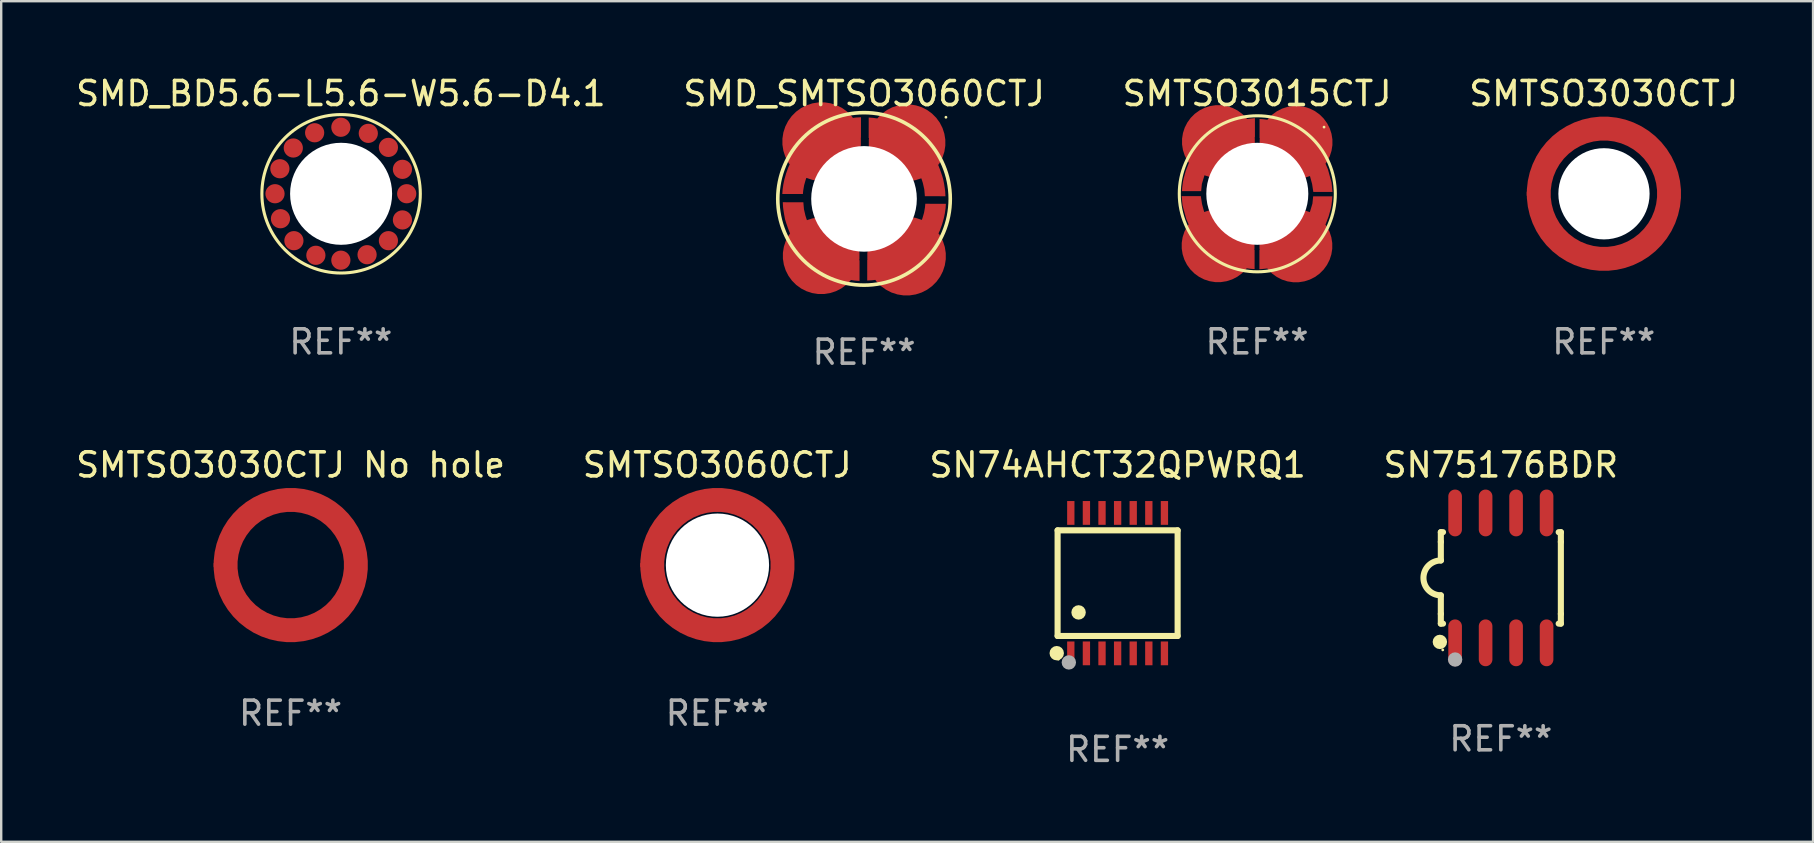
<source format=kicad_pcb>
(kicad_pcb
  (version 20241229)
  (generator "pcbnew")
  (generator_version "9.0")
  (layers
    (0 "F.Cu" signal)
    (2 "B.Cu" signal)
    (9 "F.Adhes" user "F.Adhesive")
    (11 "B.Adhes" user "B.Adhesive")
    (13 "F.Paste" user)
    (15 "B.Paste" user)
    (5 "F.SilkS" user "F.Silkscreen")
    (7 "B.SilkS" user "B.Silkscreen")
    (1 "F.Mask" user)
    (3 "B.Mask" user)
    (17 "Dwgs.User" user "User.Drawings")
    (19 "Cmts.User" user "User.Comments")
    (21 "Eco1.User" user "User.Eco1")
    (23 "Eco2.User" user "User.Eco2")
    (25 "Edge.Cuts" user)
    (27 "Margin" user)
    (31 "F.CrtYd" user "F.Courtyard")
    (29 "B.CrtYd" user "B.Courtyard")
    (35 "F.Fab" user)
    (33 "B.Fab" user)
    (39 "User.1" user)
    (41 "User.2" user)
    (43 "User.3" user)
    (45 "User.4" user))
  (footprint "SMTSO3030CTJ No hole"
    (layer "F.Cu")
    (at 9.054 20.489)
    (property "Reference" "SMTSO3030CTJ No hole" (at 0 -4.172 0) (layer "F.SilkS") (effects (font (size 1 1) (thickness 0.15))))
    (attr through_hole)
    (fp_text user "REF**" (at 0 6.172 0) (layer "F.Fab") (effects (font (size 1 1) (thickness 0.15))))
    (pad "1" smd custom (at -2.718 0) (size 1 1) (layers "F.Cu" "F.Mask" "F.Paste") (options (anchor circle)) (primitives (gr_circle (center 2.725 0) (end 5.439 0) (width 1) (fill no)))))
  (footprint "SMD_BD5.6-L5.6-W5.6-D4.1"
    (layer "F.Cu")
    (at 11.149 5.02)
    (property "Reference" "SMD_BD5.6-L5.6-W5.6-D4.1" (at 0 -4.172 0) (layer "F.SilkS") (effects (font (size 1 1) (thickness 0.15))))
    (attr through_hole)
    (fp_circle (center 0.01 0.003) (end 3.31 0.003) (stroke (width 0.128) (type solid)) (fill no) (layer "F.SilkS"))
    (fp_text user "REF**" (at 0 6.172 0) (layer "F.Fab") (effects (font (size 1 1) (thickness 0.15))))
    (pad "" np_thru_hole circle (at 0.01 0.003) (size 4.25 4.25) (drill 4.25) (layers "*.Cu" "*.Mask"))
    (pad "1" smd circle (at -2.743 0) (size 0.8 0.8) (layers "F.Cu" "F.Mask" "F.Paste"))
    (pad "1" smd circle (at -2.54 -1.041) (size 0.8 0.8) (layers "F.Cu" "F.Mask" "F.Paste"))
    (pad "1" smd circle (at -2.515 1.041) (size 0.8 0.8) (layers "F.Cu" "F.Mask" "F.Paste"))
    (pad "1" smd circle (at -1.981 -1.905) (size 0.8 0.8) (layers "F.Cu" "F.Mask" "F.Paste"))
    (pad "1" smd circle (at -1.956 1.956) (size 0.8 0.8) (layers "F.Cu" "F.Mask" "F.Paste"))
    (pad "1" smd circle (at -1.092 -2.54) (size 0.8 0.8) (layers "F.Cu" "F.Mask" "F.Paste"))
    (pad "1" smd circle (at -1.041 2.565) (size 0.8 0.8) (layers "F.Cu" "F.Mask" "F.Paste"))
    (pad "1" smd circle (at 0 -2.769) (size 0.8 0.8) (layers "F.Cu" "F.Mask" "F.Paste"))
    (pad "1" smd circle (at 0 2.769) (size 0.8 0.8) (layers "F.Cu" "F.Mask" "F.Paste"))
    (pad "1" smd circle (at 1.092 2.54) (size 0.8 0.8) (layers "F.Cu" "F.Mask" "F.Paste"))
    (pad "1" smd circle (at 1.143 -2.515) (size 0.8 0.8) (layers "F.Cu" "F.Mask" "F.Paste"))
    (pad "1" smd circle (at 1.981 -1.93) (size 0.8 0.8) (layers "F.Cu" "F.Mask" "F.Paste"))
    (pad "1" smd circle (at 1.981 1.956) (size 0.8 0.8) (layers "F.Cu" "F.Mask" "F.Paste"))
    (pad "1" smd circle (at 2.565 -1.016) (size 0.8 0.8) (layers "F.Cu" "F.Mask" "F.Paste"))
    (pad "1" smd circle (at 2.565 1.092) (size 0.8 0.8) (layers "F.Cu" "F.Mask" "F.Paste"))
    (pad "1" smd circle (at 2.743 0) (size 0.8 0.8) (layers "F.Cu" "F.Mask" "F.Paste")))
  (footprint "SN74AHCT32QPWRQ1"
    (layer "F.Cu")
    (at 43.506 21.242)
    (property "Reference" "SN74AHCT32QPWRQ1" (at 0 -4.925 0) (layer "F.SilkS") (effects (font (size 1 1) (thickness 0.15))))
    (attr through_hole)
    (fp_line (start -2.5 2.2) (end -2.5 -2.2) (stroke (width 0.254) (type solid)) (layer "F.SilkS"))
    (fp_line (start -2.5 2.2) (end 2.5 2.2) (stroke (width 0.254) (type solid)) (layer "F.SilkS"))
    (fp_line (start 2.5 -2.2) (end -2.5 -2.2) (stroke (width 0.254) (type solid)) (layer "F.SilkS"))
    (fp_line (start 2.5 -2.2) (end 2.5 2.2) (stroke (width 0.254) (type solid)) (layer "F.SilkS"))
    (fp_circle (center -2.536 2.917) (end -2.386 2.917) (stroke (width 0.3) (type solid)) (fill no) (layer "F.SilkS"))
    (fp_circle (center -2.47 3.17) (end -2.44 3.17) (stroke (width 0.06) (type solid)) (fill no) (layer "F.SilkS"))
    (fp_circle (center -1.626 1.219) (end -1.475 1.219) (stroke (width 0.3) (type solid)) (fill no) (layer "F.SilkS"))
    (fp_circle (center -2.032 3.302) (end -1.882 3.302) (stroke (width 0.3) (type solid)) (fill no) (layer "F.Fab"))
    (fp_text user "REF**" (at 0 6.925 0) (layer "F.Fab") (effects (font (size 1 1) (thickness 0.15))))
    (pad "1" smd rect (at -1.95 2.925) (size 0.305 0.991) (layers "F.Cu" "F.Mask" "F.Paste"))
    (pad "2" smd rect (at -1.3 2.925) (size 0.305 0.991) (layers "F.Cu" "F.Mask" "F.Paste"))
    (pad "3" smd rect (at -0.65 2.925) (size 0.305 0.991) (layers "F.Cu" "F.Mask" "F.Paste"))
    (pad "4" smd rect (at 0 2.925) (size 0.305 0.991) (layers "F.Cu" "F.Mask" "F.Paste"))
    (pad "5" smd rect (at 0.65 2.925) (size 0.305 0.991) (layers "F.Cu" "F.Mask" "F.Paste"))
    (pad "6" smd rect (at 1.3 2.925) (size 0.305 0.991) (layers "F.Cu" "F.Mask" "F.Paste"))
    (pad "7" smd rect (at 1.95 2.925) (size 0.305 0.991) (layers "F.Cu" "F.Mask" "F.Paste"))
    (pad "8" smd rect (at 1.95 -2.925) (size 0.305 0.991) (layers "F.Cu" "F.Mask" "F.Paste"))
    (pad "9" smd rect (at 1.3 -2.925) (size 0.305 0.991) (layers "F.Cu" "F.Mask" "F.Paste"))
    (pad "10" smd rect (at 0.65 -2.925) (size 0.305 0.991) (layers "F.Cu" "F.Mask" "F.Paste"))
    (pad "11" smd rect (at 0 -2.925) (size 0.305 0.991) (layers "F.Cu" "F.Mask" "F.Paste"))
    (pad "12" smd rect (at -0.65 -2.925) (size 0.305 0.991) (layers "F.Cu" "F.Mask" "F.Paste"))
    (pad "13" smd rect (at -1.3 -2.925) (size 0.305 0.991) (layers "F.Cu" "F.Mask" "F.Paste"))
    (pad "14" smd rect (at -1.95 -2.925) (size 0.305 0.991) (layers "F.Cu" "F.Mask" "F.Paste")))
  (footprint "SN75176BDR"
    (layer "F.Cu")
    (at 59.47 21.023)
    (property "Reference" "SN75176BDR" (at 0 -4.705 0) (layer "F.SilkS") (effects (font (size 1 1) (thickness 0.15))))
    (attr through_hole)
    (fp_line (start -2.5 -1.905) (end -2.409 -1.905) (stroke (width 0.254) (type solid)) (layer "F.SilkS"))
    (fp_line (start -2.5 -1.5) (end -2.5 -1.905) (stroke (width 0.254) (type solid)) (layer "F.SilkS"))
    (fp_line (start -2.5 -1.5) (end -2.5 -0.726) (stroke (width 0.254) (type solid)) (layer "F.SilkS"))
    (fp_line (start -2.5 1.5) (end -2.5 0.727) (stroke (width 0.254) (type solid)) (layer "F.SilkS"))
    (fp_line (start -2.5 1.5) (end -2.5 1.905) (stroke (width 0.254) (type solid)) (layer "F.SilkS"))
    (fp_line (start -2.5 1.905) (end -2.409 1.905) (stroke (width 0.254) (type solid)) (layer "F.SilkS"))
    (fp_line (start 2.5 -1.905) (end 2.409 -1.905) (stroke (width 0.254) (type solid)) (layer "F.SilkS"))
    (fp_line (start 2.5 -1.5) (end 2.5 -1.905) (stroke (width 0.254) (type solid)) (layer "F.SilkS"))
    (fp_line (start 2.5 -1.5) (end 2.5 1.5) (stroke (width 0.254) (type solid)) (layer "F.SilkS"))
    (fp_line (start 2.5 1.5) (end 2.5 1.905) (stroke (width 0.254) (type solid)) (layer "F.SilkS"))
    (fp_line (start 2.5 1.905) (end 2.409 1.905) (stroke (width 0.254) (type solid)) (layer "F.SilkS"))
    (fp_arc (start -2.5 0.726568) (mid -3.220316 -0.0023) (end -2.495097 -0.726289) (stroke (width 0.254001) (type solid)) (layer "F.SilkS"))
    (fp_circle (center -2.54 2.667) (end -2.39 2.667) (stroke (width 0.3) (type solid)) (fill no) (layer "F.SilkS"))
    (fp_circle (center -2.42 3) (end -2.39 3) (stroke (width 0.06) (type solid)) (fill no) (layer "F.SilkS"))
    (fp_circle (center -1.905 3.4) (end -1.755 3.4) (stroke (width 0.3) (type solid)) (fill no) (layer "F.Fab"))
    (fp_text user "REF**" (at 0 6.705 0) (layer "F.Fab") (effects (font (size 1 1) (thickness 0.15))))
    (pad "1" smd oval (at -1.905 2.705) (size 0.568 1.95) (layers "F.Cu" "F.Mask" "F.Paste"))
    (pad "2" smd oval (at -0.635 2.705) (size 0.568 1.95) (layers "F.Cu" "F.Mask" "F.Paste"))
    (pad "3" smd oval (at 0.635 2.705) (size 0.568 1.95) (layers "F.Cu" "F.Mask" "F.Paste"))
    (pad "4" smd oval (at 1.905 2.705) (size 0.568 1.95) (layers "F.Cu" "F.Mask" "F.Paste"))
    (pad "5" smd oval (at 1.905 -2.705) (size 0.568 1.95) (layers "F.Cu" "F.Mask" "F.Paste"))
    (pad "6" smd oval (at 0.635 -2.705) (size 0.568 1.95) (layers "F.Cu" "F.Mask" "F.Paste"))
    (pad "7" smd oval (at -0.635 -2.705) (size 0.568 1.95) (layers "F.Cu" "F.Mask" "F.Paste"))
    (pad "8" smd oval (at -1.905 -2.705) (size 0.568 1.95) (layers "F.Cu" "F.Mask" "F.Paste")))
  (footprint "SMTSO3030CTJ"
    (layer "F.Cu")
    (at 63.756 5.02)
    (property "Reference" "SMTSO3030CTJ" (at 0 -4.172 0) (layer "F.SilkS") (effects (font (size 1 1) (thickness 0.15))))
    (attr through_hole)
    (fp_text user "REF**" (at 0 6.172 0) (layer "F.Fab") (effects (font (size 1 1) (thickness 0.15))))
    (pad "" np_thru_hole circle (at 0.01 0.003) (size 3.8 3.8) (drill 3.8) (layers "*.Cu" "*.Mask"))
    (pad "1" smd custom (at -2.718 0) (size 1 1) (layers "F.Cu" "F.Mask" "F.Paste") (options (anchor circle)) (primitives (gr_circle (center 2.725 0) (end 5.439 0) (width 1) (fill no)))))
  (footprint "SMTSO3015CTJ"
    (layer "F.Cu")
    (at 49.315 5.02)
    (property "Reference" "SMTSO3015CTJ" (at 0 -4.172 0) (layer "F.SilkS") (effects (font (size 1 1) (thickness 0.15))))
    (attr through_hole)
    (fp_circle (center 0.01 0.003) (end 3.26 0.003) (stroke (width 0.128) (type solid)) (fill no) (layer "F.SilkS"))
    (fp_circle (center 2.79 -2.776) (end 2.82 -2.776) (stroke (width 0.06) (type solid)) (fill no) (layer "F.SilkS"))
    (fp_text user "REF**" (at 0 6.172 0) (layer "F.Fab") (effects (font (size 1 1) (thickness 0.15))))
    (pad "" np_thru_hole circle (at 0.01 0.003) (size 4.25 4.25) (drill 4.25) (layers "*.Cu" "*.Mask"))
    (pad "1" smd custom (at 1.623 -2.141) (size 3.04 3.04) (layers "F.Cu" "F.Mask" "F.Paste") (options (anchor circle)) (primitives (gr_poly (pts (xy -1.52 -0.973) (xy -1.37 -0.963) (xy -1.14 -0.933) (xy -0.99 -0.903) (xy -0.67 -0.813) (xy -0.26 -0.653) (xy 0.13 -0.433) (xy 0.47 -0.153) (xy 0.83 0.207) (xy 1.1 0.627) (xy 1.21 0.847) (xy 1.33 1.127) (xy 1.48 1.677) (xy 1.52 2.067) (xy 0.72 2.067) (xy 0.67 1.737) (xy 0.54 1.257) (xy 0.4 1.037) (xy 0.18 0.697) (xy -0.14 0.357) (xy -0.56 0.097) (xy -0.82 -0.023) (xy -1.22 -0.143) (xy -1.52 -0.173)) (width 0) (fill yes))))
    (pad "2" smd custom (at 1.617 2.172) (size 3.04 3.04) (layers "F.Cu" "F.Mask" "F.Paste") (options (anchor circle)) (primitives (gr_poly (pts (xy 1.52 -2.064) (xy 1.51 -1.914) (xy 1.48 -1.684) (xy 1.45 -1.534) (xy 1.36 -1.214) (xy 1.2 -0.804) (xy 0.98 -0.414) (xy 0.7 -0.074) (xy 0.34 0.286) (xy -0.08 0.556) (xy -0.3 0.666) (xy -0.58 0.786) (xy -1.13 0.936) (xy -1.52 0.976) (xy -1.52 0.176) (xy -1.19 0.126) (xy -0.71 -0.004) (xy -0.49 -0.144) (xy -0.15 -0.364) (xy 0.19 -0.684) (xy 0.45 -1.104) (xy 0.57 -1.364) (xy 0.69 -1.764) (xy 0.72 -2.064)) (width 0) (fill yes))))
    (pad "3" smd custom (at -1.623 2.166) (size 3.04 3.04) (layers "F.Cu" "F.Mask" "F.Paste") (options (anchor circle)) (primitives (gr_poly (pts (xy 1.52 0.973) (xy 1.37 0.963) (xy 1.14 0.933) (xy 0.99 0.903) (xy 0.67 0.813) (xy 0.26 0.653) (xy -0.13 0.433) (xy -0.47 0.153) (xy -0.83 -0.207) (xy -1.1 -0.627) (xy -1.21 -0.847) (xy -1.33 -1.127) (xy -1.48 -1.677) (xy -1.52 -2.067) (xy -0.72 -2.067) (xy -0.67 -1.737) (xy -0.54 -1.257) (xy -0.4 -1.037) (xy -0.18 -0.697) (xy 0.14 -0.357) (xy 0.56 -0.097) (xy 0.82 0.023) (xy 1.22 0.143) (xy 1.52 0.173)) (width 0) (fill yes))))
    (pad "4" smd custom (at -1.609 -2.172) (size 3.04 3.04) (layers "F.Cu" "F.Mask" "F.Paste") (options (anchor circle)) (primitives (gr_poly (pts (xy -1.52 2.064) (xy -1.51 1.914) (xy -1.48 1.684) (xy -1.45 1.534) (xy -1.36 1.214) (xy -1.2 0.804) (xy -0.98 0.414) (xy -0.7 0.074) (xy -0.34 -0.286) (xy 0.08 -0.556) (xy 0.3 -0.666) (xy 0.58 -0.786) (xy 1.13 -0.936) (xy 1.52 -0.976) (xy 1.52 -0.176) (xy 1.19 -0.126) (xy 0.71 0.004) (xy 0.49 0.144) (xy 0.15 0.364) (xy -0.19 0.684) (xy -0.45 1.104) (xy -0.57 1.364) (xy -0.69 1.764) (xy -0.72 2.064)) (width 0) (fill yes)))))
  (footprint "SMTSO3060CTJ"
    (layer "F.Cu")
    (at 26.827 20.489)
    (property "Reference" "SMTSO3060CTJ" (at 0 -4.172 0) (layer "F.SilkS") (effects (font (size 1 1) (thickness 0.15))))
    (attr through_hole)
    (fp_text user "REF**" (at 0 6.172 0) (layer "F.Fab") (effects (font (size 1 1) (thickness 0.15))))
    (pad "" np_thru_hole circle (at 0.01 0.003) (size 4.3 4.3) (drill 4.3) (layers "*.Cu" "*.Mask"))
    (pad "1" smd custom (at -2.718 0) (size 1 1) (layers "F.Cu" "F.Mask" "F.Paste") (options (anchor circle)) (primitives (gr_circle (center 2.725 0) (end 5.439 0) (width 1) (fill no)))))
  (footprint "SMD_SMTSO3060CTJ"
    (layer "F.Cu")
    (at 32.946 5.235)
    (property "Reference" "SMD_SMTSO3060CTJ" (at 0 -4.386 0) (layer "F.SilkS") (effects (font (size 1 1) (thickness 0.15))))
    (attr through_hole)
    (fp_circle (center -0.004 0.000254) (end 3.589 0.000254) (stroke (width 0.15) (type solid)) (fill no) (layer "F.SilkS"))
    (fp_circle (center 3.408 -3.401) (end 3.438 -3.401) (stroke (width 0.06) (type solid)) (fill no) (layer "F.SilkS"))
    (fp_circle (center -0.004 0.000254) (end 1.046 0.000254) (stroke (width 2.1) (type solid)) (fill no) (layer "F.Fab"))
    (fp_text user "REF**" (at 0 6.386 0) (layer "F.Fab") (effects (font (size 1 1) (thickness 0.15))))
    (pad "" np_thru_hole circle (at -0.004 0.000254) (size 4.4 4.4) (drill 4.4) (layers "*.Cu" "*.Mask"))
    (pad "1" smd custom (at 1.789 -2.34) (size 3.197 3.278) (layers "F.Cu" "F.Mask" "F.Paste") (options (anchor circle)) (primitives (gr_poly (pts (xy -1.599 -0.191) (xy -1.455 -0.178) (xy -1.233 -0.14) (xy -1.028 -0.082) (xy -0.896 -0.036) (xy -0.738 0.027) (xy -0.613 0.089) (xy -0.455 0.178) (xy -0.341 0.259) (xy -0.219 0.341) (xy -0.107 0.439) (xy -0.007 0.535) (xy 0.086 0.63) (xy 0.193 0.758) (xy 0.3 0.902) (xy 0.383 1.036) (xy 0.47 1.188) (xy 0.543 1.352) (xy 0.61 1.529) (xy 0.657 1.676) (xy 0.717 1.938) (xy 0.733 2.119) (xy 0.742 2.228) (xy 1.599 2.23) (xy 1.588 2.027) (xy 1.573 1.909) (xy 1.541 1.704) (xy 1.504 1.517) (xy 1.457 1.361) (xy 1.388 1.161) (xy 1.308 0.953) (xy 1.172 0.682) (xy 1.062 0.486) (xy 0.895 0.258) (xy 0.724 0.056) (xy 0.564 -0.102) (xy 0.399 -0.25) (xy 0.258 -0.365) (xy 0.086 -0.492) (xy -0.112 -0.61) (xy -0.312 -0.715) (xy -0.504 -0.805) (xy -0.735 -0.887) (xy -1.001 -0.963) (xy -1.192 -1.003) (xy -1.404 -1.034) (xy -1.598 -1.049)) (width 0) (fill yes))))
    (pad "2" smd custom (at 1.768 2.386) (size 3.278 3.197) (layers "F.Cu" "F.Mask" "F.Paste") (options (anchor circle)) (primitives (gr_poly (pts (xy 0.781 -2.183) (xy 0.768 -2.039) (xy 0.73 -1.817) (xy 0.672 -1.612) (xy 0.627 -1.48) (xy 0.563 -1.322) (xy 0.502 -1.197) (xy 0.413 -1.039) (xy 0.331 -0.925) (xy 0.249 -0.803) (xy 0.151 -0.691) (xy 0.055 -0.591) (xy -0.039 -0.498) (xy -0.168 -0.391) (xy -0.311 -0.284) (xy -0.446 -0.201) (xy -0.598 -0.114) (xy -0.761 -0.041) (xy -0.939 0.026) (xy -1.086 0.073) (xy -1.347 0.133) (xy -1.529 0.149) (xy -1.638 0.158) (xy -1.639 1.015) (xy -1.436 1.004) (xy -1.318 0.989) (xy -1.113 0.957) (xy -0.926 0.92) (xy -0.77 0.873) (xy -0.571 0.804) (xy -0.362 0.724) (xy -0.092 0.588) (xy 0.104 0.478) (xy 0.333 0.311) (xy 0.534 0.14) (xy 0.692 -0.019) (xy 0.841 -0.185) (xy 0.955 -0.326) (xy 1.082 -0.498) (xy 1.2 -0.696) (xy 1.305 -0.896) (xy 1.396 -1.088) (xy 1.478 -1.318) (xy 1.554 -1.585) (xy 1.594 -1.776) (xy 1.625 -1.988) (xy 1.639 -2.182)) (width 0) (fill yes))))
    (pad "3" smd custom (at -1.789 2.369) (size 3.197 3.278) (layers "F.Cu" "F.Mask" "F.Paste") (options (anchor circle)) (primitives (gr_poly (pts (xy 1.599 0.19) (xy 1.455 0.178) (xy 1.234 0.139) (xy 1.029 0.081) (xy 0.896 0.036) (xy 0.738 -0.027) (xy 0.613 -0.089) (xy 0.455 -0.178) (xy 0.341 -0.26) (xy 0.219 -0.341) (xy 0.107 -0.439) (xy 0.007 -0.535) (xy -0.085 -0.63) (xy -0.192 -0.759) (xy -0.299 -0.902) (xy -0.383 -1.036) (xy -0.47 -1.189) (xy -0.543 -1.352) (xy -0.61 -1.53) (xy -0.657 -1.677) (xy -0.717 -1.938) (xy -0.733 -2.119) (xy -0.742 -2.228) (xy -1.599 -2.23) (xy -1.588 -2.027) (xy -1.573 -1.909) (xy -1.54 -1.704) (xy -1.504 -1.517) (xy -1.457 -1.361) (xy -1.388 -1.161) (xy -1.308 -0.953) (xy -1.172 -0.682) (xy -1.061 -0.486) (xy -0.895 -0.258) (xy -0.724 -0.056) (xy -0.564 0.101) (xy -0.399 0.25) (xy -0.258 0.364) (xy -0.085 0.491) (xy 0.112 0.609) (xy 0.312 0.715) (xy 0.504 0.805) (xy 0.735 0.887) (xy 1.001 0.963) (xy 1.192 1.003) (xy 1.404 1.034) (xy 1.598 1.048)) (width 0) (fill yes))))
    (pad "4" smd custom (at -1.769 -2.386) (size 3.278 3.197) (layers "F.Cu" "F.Mask" "F.Paste") (options (anchor circle)) (primitives (gr_poly (pts (xy -0.781 2.182) (xy -0.768 2.039) (xy -0.73 1.817) (xy -0.672 1.612) (xy -0.627 1.48) (xy -0.563 1.322) (xy -0.502 1.197) (xy -0.413 1.039) (xy -0.331 0.925) (xy -0.25 0.803) (xy -0.152 0.691) (xy -0.055 0.591) (xy 0.039 0.498) (xy 0.168 0.391) (xy 0.311 0.284) (xy 0.445 0.201) (xy 0.598 0.114) (xy 0.761 0.041) (xy 0.939 -0.026) (xy 1.086 -0.073) (xy 1.347 -0.133) (xy 1.528 -0.149) (xy 1.637 -0.158) (xy 1.639 -1.015) (xy 1.436 -1.004) (xy 1.318 -0.989) (xy 1.113 -0.957) (xy 0.926 -0.92) (xy 0.77 -0.873) (xy 0.57 -0.804) (xy 0.362 -0.725) (xy 0.091 -0.588) (xy -0.104 -0.478) (xy -0.333 -0.311) (xy -0.534 -0.14) (xy -0.692 0.019) (xy -0.841 0.184) (xy -0.955 0.326) (xy -1.082 0.498) (xy -1.2 0.696) (xy -1.306 0.896) (xy -1.396 1.088) (xy -1.478 1.318) (xy -1.554 1.585) (xy -1.594 1.776) (xy -1.625 1.988) (xy -1.639 2.182)) (width 0) (fill yes)))))
  (gr_rect
    (start -3 -3)
    (end 72.476 32.016)
    (stroke (width 0.1) (type default))
    (fill no)
    (layer "Edge.Cuts")))
</source>
